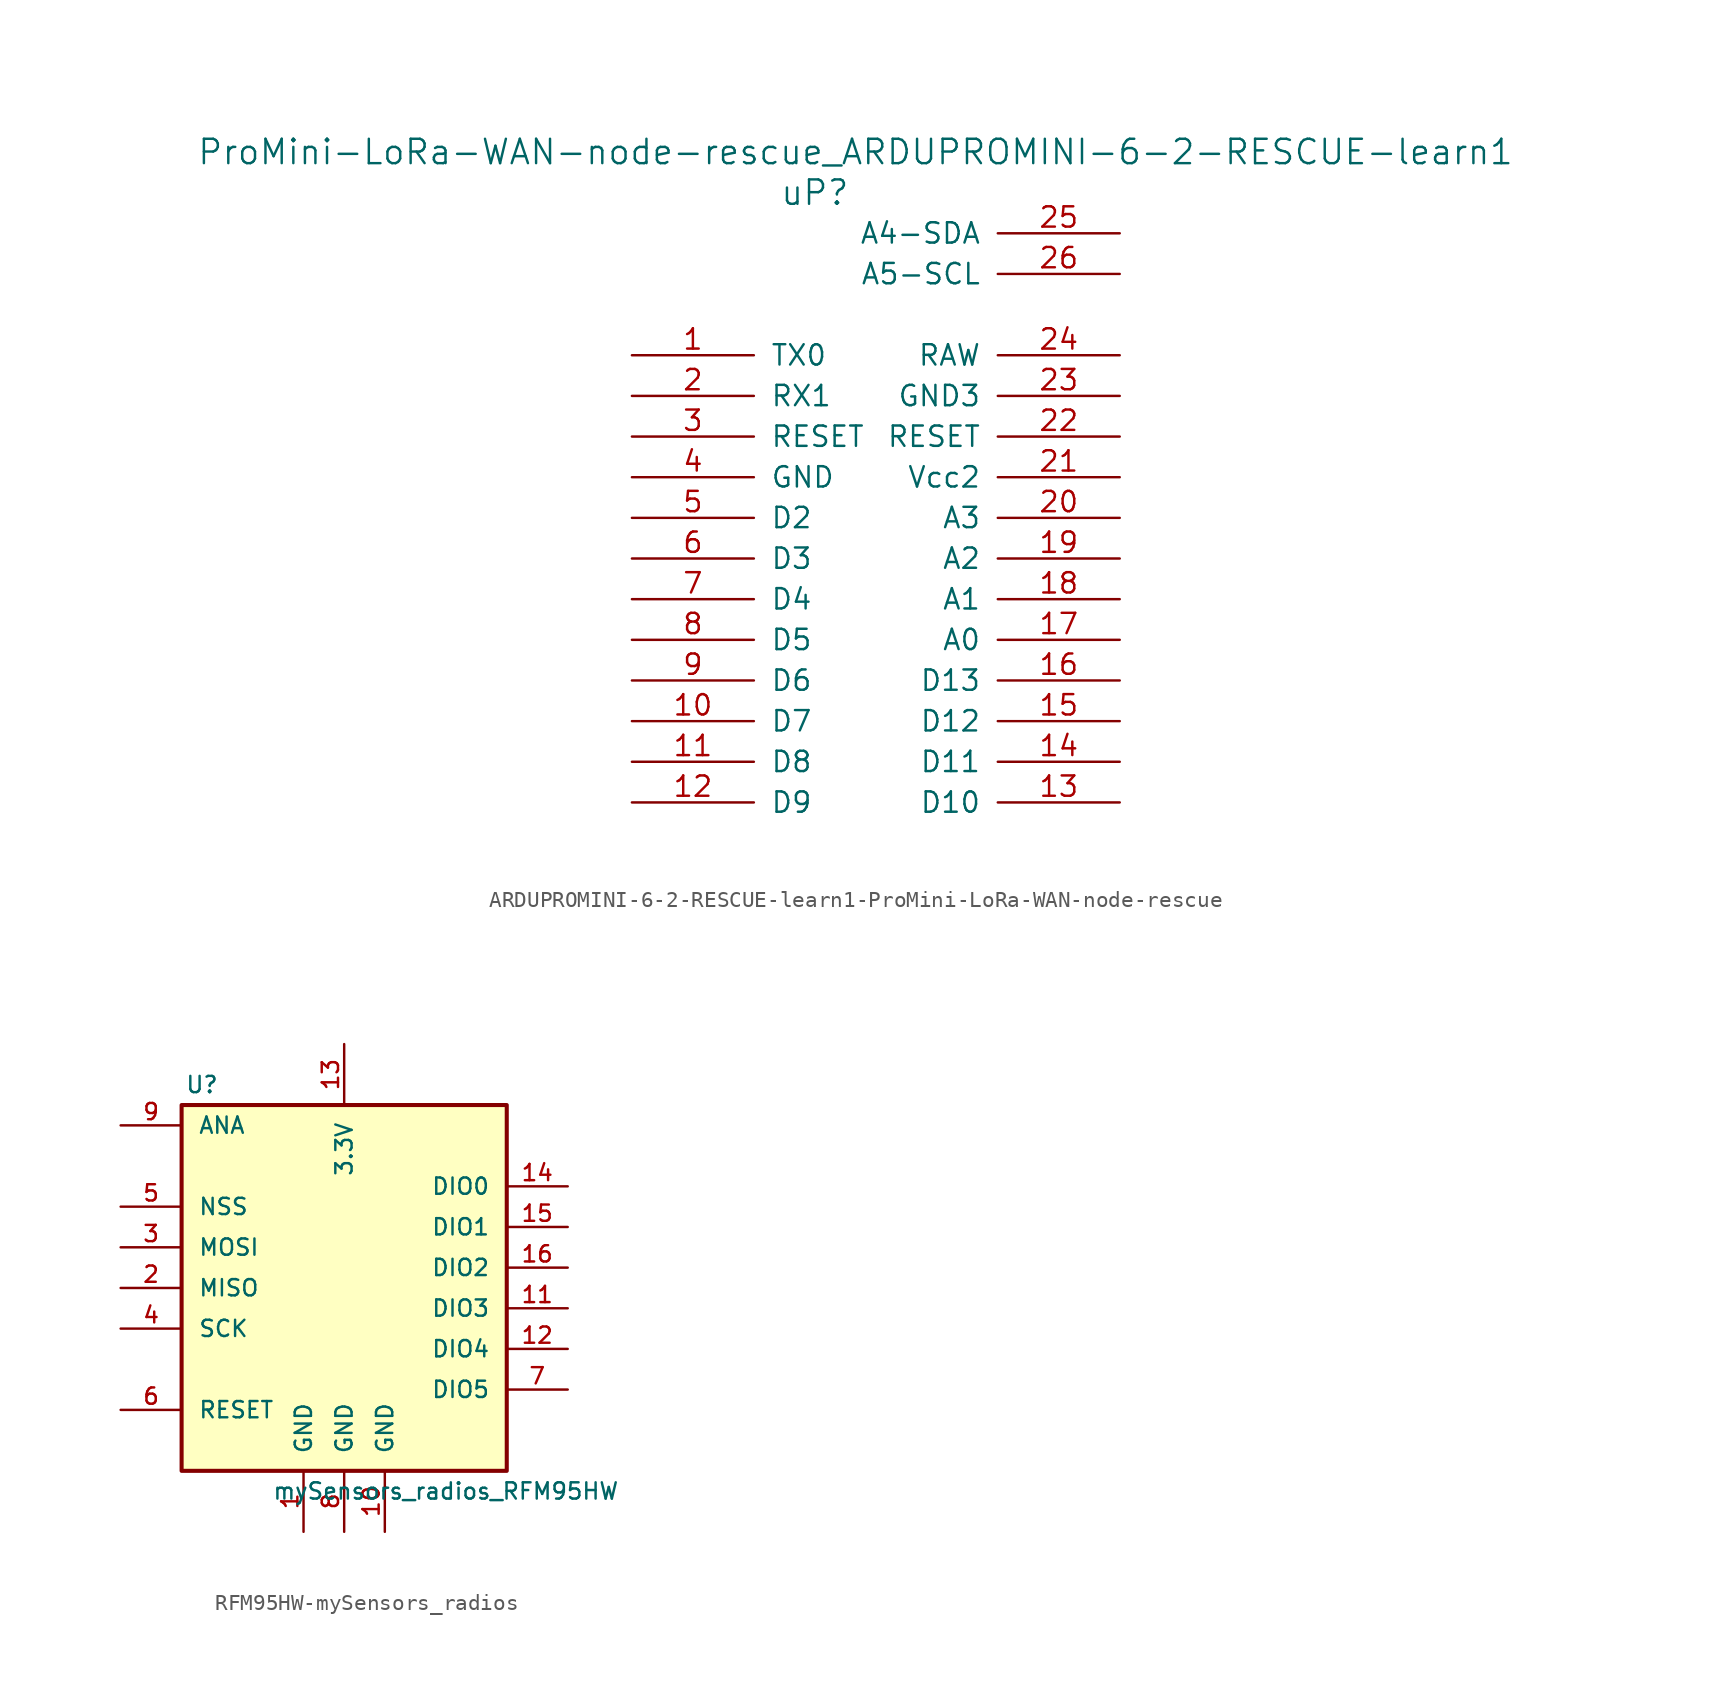
<source format=kicad_sym>
(kicad_symbol_lib
  (version 20220914)
  (generator kicad_symbol_editor)
  (symbol "ARDUPROMINI-6-2-RESCUE-learn1-ProMini-LoRa-WAN-node-rescue"
    (pin_names
      (offset 1.016))
    (property "Reference" "uP"
      (at -19.05 -17.78 0)
      (effects (font (size 1.524 1.524))))
    (property "Value" "ProMini-LoRa-WAN-node-rescue_ARDUPROMINI-6-2-RESCUE-learn1"
      (at -16.51 -15.24 0)
      (effects (font (size 1.524 1.524))))
    (property "Footprint" ""
      (at -16.51 -15.24 0)
      (effects (font (size 1.524 1.524))))
    (property "Datasheet" ""
      (at -16.51 -15.24 0)
      (effects (font (size 1.524 1.524))))
    (symbol "ARDUPROMINI-6-2-RESCUE-learn1-ProMini-LoRa-WAN-node-rescue_1_1"
      (pin bidirectional line (at -30.48 -27.94 0) (length 7.62) (name "TX0" (effects (font (size 1.27 1.27)))) (number "1" (effects (font (size 1.27 1.27)))))
      (pin bidirectional line (at -30.48 -50.8 0) (length 7.62) (name "D7" (effects (font (size 1.27 1.27)))) (number "10" (effects (font (size 1.27 1.27)))))
      (pin bidirectional line (at -30.48 -53.34 0) (length 7.62) (name "D8" (effects (font (size 1.27 1.27)))) (number "11" (effects (font (size 1.27 1.27)))))
      (pin bidirectional line (at -30.48 -55.88 0) (length 7.62) (name "D9" (effects (font (size 1.27 1.27)))) (number "12" (effects (font (size 1.27 1.27)))))
      (pin bidirectional line (at 0 -55.88 180) (length 7.62) (name "D10" (effects (font (size 1.27 1.27)))) (number "13" (effects (font (size 1.27 1.27)))))
      (pin bidirectional line (at 0 -53.34 180) (length 7.62) (name "D11" (effects (font (size 1.27 1.27)))) (number "14" (effects (font (size 1.27 1.27)))))
      (pin input line (at 0 -50.8 180) (length 7.62) (name "D12" (effects (font (size 1.27 1.27)))) (number "15" (effects (font (size 1.27 1.27)))))
      (pin bidirectional line (at 0 -48.26 180) (length 7.62) (name "D13" (effects (font (size 1.27 1.27)))) (number "16" (effects (font (size 1.27 1.27)))))
      (pin bidirectional line (at 0 -45.72 180) (length 7.62) (name "A0" (effects (font (size 1.27 1.27)))) (number "17" (effects (font (size 1.27 1.27)))))
      (pin bidirectional line (at 0 -43.18 180) (length 7.62) (name "A1" (effects (font (size 1.27 1.27)))) (number "18" (effects (font (size 1.27 1.27)))))
      (pin bidirectional line (at 0 -40.64 180) (length 7.62) (name "A2" (effects (font (size 1.27 1.27)))) (number "19" (effects (font (size 1.27 1.27)))))
      (pin bidirectional line (at -30.48 -30.48 0) (length 7.62) (name "RX1" (effects (font (size 1.27 1.27)))) (number "2" (effects (font (size 1.27 1.27)))))
      (pin bidirectional line (at 0 -38.1 180) (length 7.62) (name "A3" (effects (font (size 1.27 1.27)))) (number "20" (effects (font (size 1.27 1.27)))))
      (pin unspecified line (at 0 -35.56 180) (length 7.62) (name "Vcc2" (effects (font (size 1.27 1.27)))) (number "21" (effects (font (size 1.27 1.27)))))
      (pin input line (at 0 -33.02 180) (length 7.62) (name "RESET" (effects (font (size 1.27 1.27)))) (number "22" (effects (font (size 1.27 1.27)))))
      (pin unspecified line (at 0 -30.48 180) (length 7.62) (name "GND3" (effects (font (size 1.27 1.27)))) (number "23" (effects (font (size 1.27 1.27)))))
      (pin unspecified line (at 0 -27.94 180) (length 7.62) (name "RAW" (effects (font (size 1.27 1.27)))) (number "24" (effects (font (size 1.27 1.27)))))
      (pin unspecified line (at 0 -20.32 180) (length 7.62) (name "A4-SDA" (effects (font (size 1.27 1.27)))) (number "25" (effects (font (size 1.27 1.27)))))
      (pin unspecified line (at 0 -22.86 180) (length 7.62) (name "A5-SCL" (effects (font (size 1.27 1.27)))) (number "26" (effects (font (size 1.27 1.27)))))
      (pin input line (at -30.48 -33.02 0) (length 7.62) (name "RESET" (effects (font (size 1.27 1.27)))) (number "3" (effects (font (size 1.27 1.27)))))
      (pin unspecified line (at -30.48 -35.56 0) (length 7.62) (name "GND" (effects (font (size 1.27 1.27)))) (number "4" (effects (font (size 1.27 1.27)))))
      (pin bidirectional line (at -30.48 -38.1 0) (length 7.62) (name "D2" (effects (font (size 1.27 1.27)))) (number "5" (effects (font (size 1.27 1.27)))))
      (pin bidirectional line (at -30.48 -40.64 0) (length 7.62) (name "D3" (effects (font (size 1.27 1.27)))) (number "6" (effects (font (size 1.27 1.27)))))
      (pin bidirectional line (at -30.48 -43.18 0) (length 7.62) (name "D4" (effects (font (size 1.27 1.27)))) (number "7" (effects (font (size 1.27 1.27)))))
      (pin bidirectional line (at -30.48 -45.72 0) (length 7.62) (name "D5" (effects (font (size 1.27 1.27)))) (number "8" (effects (font (size 1.27 1.27)))))
      (pin bidirectional line (at -30.48 -48.26 0) (length 7.62) (name "D6" (effects (font (size 1.27 1.27)))) (number "9" (effects (font (size 1.27 1.27)))))))
  (symbol "RFM95HW-mySensors_radios"
    (pin_names
      (offset 1.016))
    (property "Reference" "U"
      (at -8.89 6.35 0)
      (effects (font (size 1.016 1.016))))
    (property "Value" "mySensors_radios_RFM95HW"
      (at 6.35 -19.05 0)
      (effects (font (size 1.016 1.016))))
    (property "Datasheet" ""
      (at 0 0 0)
      (effects (font (size 1.524 1.524))))
    (symbol "RFM95HW-mySensors_radios_0_1"
      (rectangle (start -10.16 5.08) (end 10.16 -17.78) (stroke (width 0.254) (type solid)) (fill (type background))))
    (symbol "RFM95HW-mySensors_radios_1_1"
      (pin power_in line (at -2.54 -21.59 90) (length 3.81) (name "GND" (effects (font (size 1.016 1.016)))) (number "1" (effects (font (size 1.016 1.016)))))
      (pin power_in line (at 2.54 -21.59 90) (length 3.81) (name "GND" (effects (font (size 1.016 1.016)))) (number "10" (effects (font (size 1.016 1.016)))))
      (pin bidirectional line (at 13.97 -7.62 180) (length 3.81) (name "DIO3" (effects (font (size 1.016 1.016)))) (number "11" (effects (font (size 1.016 1.016)))))
      (pin bidirectional line (at 13.97 -10.16 180) (length 3.81) (name "DIO4" (effects (font (size 1.016 1.016)))) (number "12" (effects (font (size 1.016 1.016)))))
      (pin power_in line (at 0 8.89 270) (length 3.81) (name "3.3V" (effects (font (size 1.016 1.016)))) (number "13" (effects (font (size 1.016 1.016)))))
      (pin bidirectional line (at 13.97 0 180) (length 3.81) (name "DIO0" (effects (font (size 1.016 1.016)))) (number "14" (effects (font (size 1.016 1.016)))))
      (pin bidirectional line (at 13.97 -2.54 180) (length 3.81) (name "DIO1" (effects (font (size 1.016 1.016)))) (number "15" (effects (font (size 1.016 1.016)))))
      (pin bidirectional line (at 13.97 -5.08 180) (length 3.81) (name "DIO2" (effects (font (size 1.016 1.016)))) (number "16" (effects (font (size 1.016 1.016)))))
      (pin tri_state line (at -13.97 -6.35 0) (length 3.81) (name "MISO" (effects (font (size 1.016 1.016)))) (number "2" (effects (font (size 1.016 1.016)))))
      (pin input line (at -13.97 -3.81 0) (length 3.81) (name "MOSI" (effects (font (size 1.016 1.016)))) (number "3" (effects (font (size 1.016 1.016)))))
      (pin input line (at -13.97 -8.89 0) (length 3.81) (name "SCK" (effects (font (size 1.016 1.016)))) (number "4" (effects (font (size 1.016 1.016)))))
      (pin input line (at -13.97 -1.27 0) (length 3.81) (name "NSS" (effects (font (size 1.016 1.016)))) (number "5" (effects (font (size 1.016 1.016)))))
      (pin bidirectional line (at -13.97 -13.97 0) (length 3.81) (name "RESET" (effects (font (size 1.016 1.016)))) (number "6" (effects (font (size 1.016 1.016)))))
      (pin bidirectional line (at 13.97 -12.7 180) (length 3.81) (name "DIO5" (effects (font (size 1.016 1.016)))) (number "7" (effects (font (size 1.016 1.016)))))
      (pin power_in line (at 0 -21.59 90) (length 3.81) (name "GND" (effects (font (size 1.016 1.016)))) (number "8" (effects (font (size 1.016 1.016)))))
      (pin passive line (at -13.97 3.81 0) (length 3.81) (name "ANA" (effects (font (size 1.016 1.016)))) (number "9" (effects (font (size 1.016 1.016))))))))
</source>
